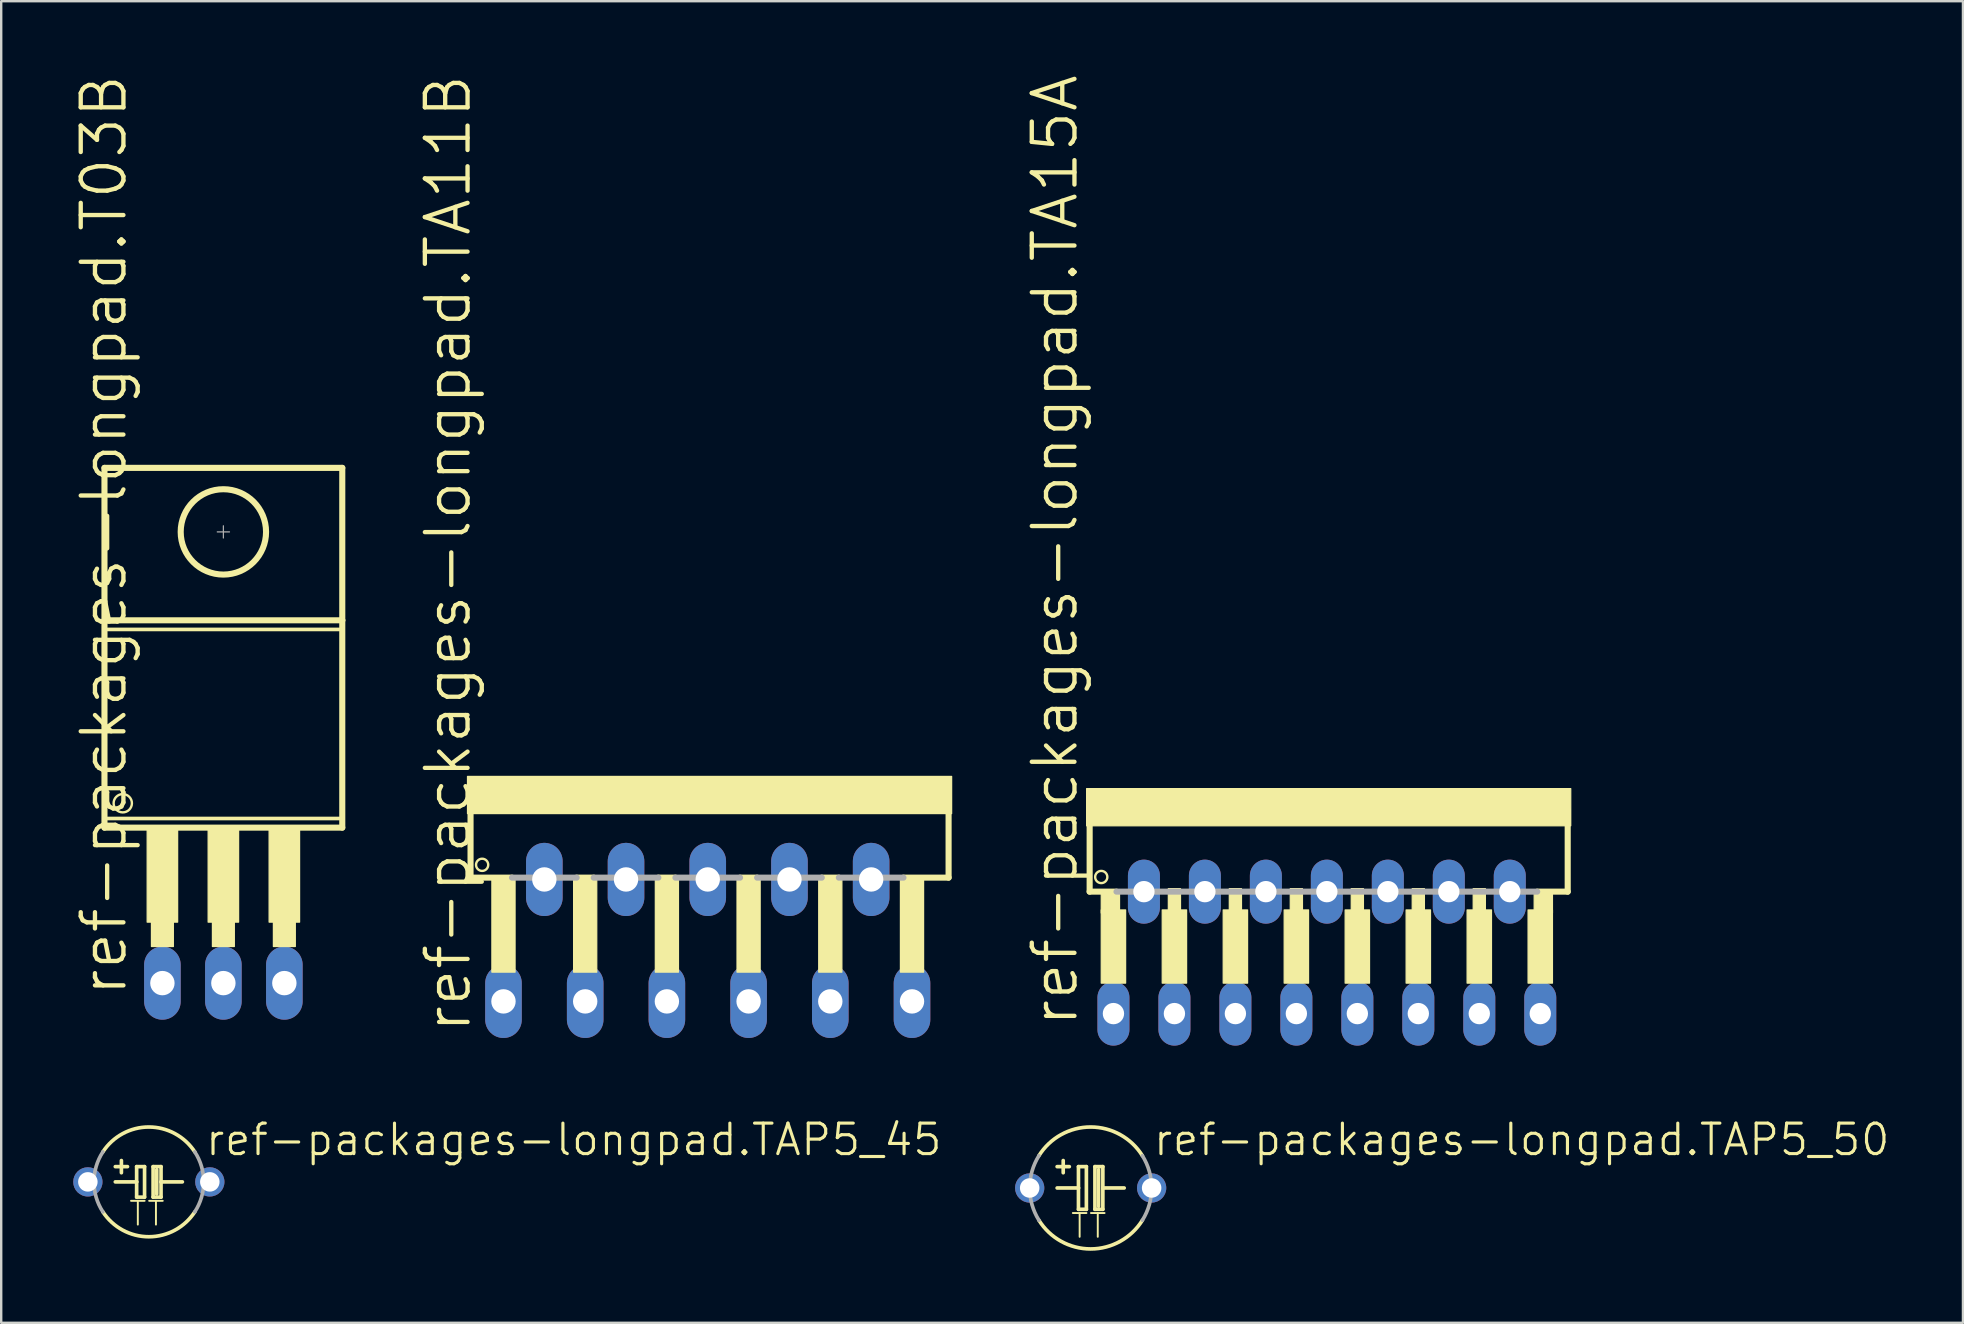
<source format=kicad_pcb>
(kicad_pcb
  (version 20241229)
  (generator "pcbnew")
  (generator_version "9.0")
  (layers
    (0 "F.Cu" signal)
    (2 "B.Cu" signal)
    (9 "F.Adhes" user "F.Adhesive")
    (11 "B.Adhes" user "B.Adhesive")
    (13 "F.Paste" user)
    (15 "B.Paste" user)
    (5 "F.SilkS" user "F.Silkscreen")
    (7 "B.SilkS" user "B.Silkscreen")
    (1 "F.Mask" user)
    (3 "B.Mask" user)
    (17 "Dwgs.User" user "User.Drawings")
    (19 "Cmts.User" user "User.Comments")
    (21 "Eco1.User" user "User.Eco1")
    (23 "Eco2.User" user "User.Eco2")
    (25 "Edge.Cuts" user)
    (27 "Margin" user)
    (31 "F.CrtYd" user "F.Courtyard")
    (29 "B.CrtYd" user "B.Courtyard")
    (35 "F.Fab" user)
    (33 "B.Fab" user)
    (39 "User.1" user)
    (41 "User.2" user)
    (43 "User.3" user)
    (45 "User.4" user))
  (footprint "ref-packages-longpad.TAP5_50"
    (layer "F.Cu")
    (at 42.383 46.437)
    (property "Reference" "ref-packages-longpad.TAP5_50" (at 2.54 -1.27 0) (layer "F.SilkS") (effects (font (size 1.27 1.27) (thickness 0.13)) (justify left bottom)))
    (attr through_hole)
    (fp_line (start -1.397 0) (end -0.508 0) (stroke (width 0.152) (type default)) (layer "F.SilkS"))
    (fp_line (start -1.143 -0.635) (end -1.143 -1.143) (stroke (width 0.152) (type default)) (layer "F.SilkS"))
    (fp_line (start -0.889 -0.889) (end -1.397 -0.889) (stroke (width 0.152) (type default)) (layer "F.SilkS"))
    (fp_line (start -0.508 -0.889) (end -0.508 0) (stroke (width 0.152) (type default)) (layer "F.SilkS"))
    (fp_line (start -0.508 0) (end -0.508 0.889) (stroke (width 0.152) (type default)) (layer "F.SilkS"))
    (fp_line (start -0.508 0.889) (end -0.178 0.889) (stroke (width 0.152) (type default)) (layer "F.SilkS"))
    (fp_line (start -0.178 -0.889) (end -0.508 -0.889) (stroke (width 0.152) (type default)) (layer "F.SilkS"))
    (fp_line (start -0.178 0.889) (end -0.178 -0.889) (stroke (width 0.152) (type default)) (layer "F.SilkS"))
    (fp_line (start 0.178 -0.889) (end 0.178 0.889) (stroke (width 0.152) (type default)) (layer "F.SilkS"))
    (fp_line (start 0.178 0.889) (end 0.508 0.889) (stroke (width 0.152) (type default)) (layer "F.SilkS"))
    (fp_line (start 0.33 0.762) (end 0.33 -0.762) (stroke (width 0.152) (type default)) (layer "F.SilkS"))
    (fp_line (start 0.508 -0.889) (end 0.178 -0.889) (stroke (width 0.152) (type default)) (layer "F.SilkS"))
    (fp_line (start 0.508 0) (end 0.508 -0.889) (stroke (width 0.152) (type default)) (layer "F.SilkS"))
    (fp_line (start 0.508 0) (end 1.397 0) (stroke (width 0.152) (type default)) (layer "F.SilkS"))
    (fp_line (start 0.508 0.889) (end 0.508 0) (stroke (width 0.152) (type default)) (layer "F.SilkS"))
    (fp_arc (start -2.1557 -1.3432) (mid 0 -2.539927) (end 2.1557 -1.3432) (stroke (width 0.1524) (type default)) (layer "F.SilkS"))
    (fp_arc (start 2.1557 1.3432) (mid 0 2.539927) (end -2.1557 1.3432) (stroke (width 0.1524) (type default)) (layer "F.SilkS"))
    (fp_arc (start -2.1557 1.3432) (mid -2.539927 0) (end -2.1557 -1.3432) (stroke (width 0.1524) (type default)) (layer "F.Fab"))
    (fp_arc (start 2.1557 -1.3432) (mid 2.539927 0) (end 2.1557 1.3432) (stroke (width 0.1524) (type default)) (layer "F.Fab"))
    (fp_text user "TT" (at -0.889 2.159 0) (layer "F.SilkS") (effects (font (size 0.991 0.991) (thickness 0.08)) (justify left bottom)))
    (pad "+" thru_hole circle (at -2.54 0) (size 1.219 1.219) (drill 0.813) (layers "*.Cu" "*.Mask"))
    (pad "-" thru_hole circle (at 2.54 0) (size 1.219 1.219) (drill 0.813) (layers "*.Cu" "*.Mask")))
  (footprint "ref-packages-longpad.T03B"
    (layer "F.Cu")
    (at 6.255 26.473)
    (property "Reference" "ref-packages-longpad.T03B" (at -3.937 12.065 90) (layer "F.SilkS") (effects (font (size 1.778 1.778) (thickness 0.18)) (justify left bottom)))
    (attr through_hole)
    (fp_line (start -4.953 -10.033) (end 4.953 -10.033) (stroke (width 0.254) (type default)) (layer "F.SilkS"))
    (fp_line (start -4.953 -3.683) (end -4.953 -10.033) (stroke (width 0.254) (type default)) (layer "F.SilkS"))
    (fp_line (start -4.953 -3.683) (end 4.953 -3.683) (stroke (width 0.254) (type default)) (layer "F.SilkS"))
    (fp_line (start -4.953 4.953) (end -4.953 -3.683) (stroke (width 0.254) (type default)) (layer "F.SilkS"))
    (fp_line (start -4.826 -3.302) (end 4.826 -3.302) (stroke (width 0.152) (type default)) (layer "F.SilkS"))
    (fp_line (start -4.826 4.572) (end 4.826 4.572) (stroke (width 0.152) (type default)) (layer "F.SilkS"))
    (fp_line (start 4.953 -10.033) (end 4.953 -3.683) (stroke (width 0.254) (type default)) (layer "F.SilkS"))
    (fp_line (start 4.953 -3.683) (end 4.953 4.953) (stroke (width 0.254) (type default)) (layer "F.SilkS"))
    (fp_line (start 4.953 4.953) (end -4.953 4.953) (stroke (width 0.254) (type default)) (layer "F.SilkS"))
    (fp_rect (start -3.175 8.89) (end -1.905 5.029) (stroke (width 0.05) (type default)) (fill yes) (layer "F.SilkS"))
    (fp_rect (start -2.997 9.906) (end -2.083 8.839) (stroke (width 0.05) (type default)) (fill yes) (layer "F.SilkS"))
    (fp_rect (start -0.635 8.89) (end 0.635 5.029) (stroke (width 0.05) (type default)) (fill yes) (layer "F.SilkS"))
    (fp_rect (start -0.457 9.906) (end 0.457 8.839) (stroke (width 0.05) (type default)) (fill yes) (layer "F.SilkS"))
    (fp_rect (start 1.905 8.89) (end 3.175 5.029) (stroke (width 0.05) (type default)) (fill yes) (layer "F.SilkS"))
    (fp_rect (start 2.083 9.906) (end 2.997 8.839) (stroke (width 0.05) (type default)) (fill yes) (layer "F.SilkS"))
    (fp_circle (center -4.191 3.937) (end -3.81 3.937) (stroke (width 0.1) (type default)) (fill no) (layer "F.SilkS"))
    (fp_circle (center 0 -7.366) (end 1.778 -7.366) (stroke (width 0.254) (type default)) (fill no) (layer "F.SilkS"))
    (fp_line (start -0.254 -7.366) (end 0.254 -7.366) (stroke (width 0.051) (type default)) (layer "F.Fab"))
    (fp_line (start 0 -7.62) (end 0 -7.112) (stroke (width 0.051) (type default)) (layer "F.Fab"))
    (pad "1" thru_hole oval (at -2.54 11.43 90) (size 3.048 1.524) (drill 1.016) (layers "*.Cu" "*.Mask"))
    (pad "2" thru_hole oval (at 0 11.43 90) (size 3.048 1.524) (drill 1.016) (layers "*.Cu" "*.Mask"))
    (pad "3" thru_hole oval (at 2.54 11.43 90) (size 3.048 1.524) (drill 1.016) (layers "*.Cu" "*.Mask")))
  (footprint "ref-packages-longpad.TA15A"
    (layer "F.Cu")
    (at 52.222 32.823)
    (property "Reference" "ref-packages-longpad.TA15A" (at -10.287 6.985 90) (layer "F.SilkS") (effects (font (size 1.778 1.778) (thickness 0.18)) (justify left bottom)))
    (attr through_hole)
    (fp_line (start -9.881 -1.549) (end -9.881 1.27) (stroke (width 0.254) (type default)) (layer "F.SilkS"))
    (fp_line (start -8.763 1.27) (end -9.881 1.27) (stroke (width 0.254) (type default)) (layer "F.SilkS"))
    (fp_line (start 8.763 1.27) (end 10.033 1.27) (stroke (width 0.254) (type default)) (layer "F.SilkS"))
    (fp_line (start 10.033 1.27) (end 10.033 -2.134) (stroke (width 0.254) (type default)) (layer "F.SilkS"))
    (fp_rect (start -10.008 -1.473) (end 10.16 -3.023) (stroke (width 0.05) (type default)) (fill yes) (layer "F.SilkS"))
    (fp_rect (start -9.398 2.159) (end -8.636 1.27) (stroke (width 0.05) (type default)) (fill yes) (layer "F.SilkS"))
    (fp_rect (start -9.398 5.08) (end -8.382 2.032) (stroke (width 0.05) (type default)) (fill yes) (layer "F.SilkS"))
    (fp_rect (start -6.858 5.08) (end -5.842 2.032) (stroke (width 0.05) (type default)) (fill yes) (layer "F.SilkS"))
    (fp_rect (start -6.604 2.286) (end -6.096 1.143) (stroke (width 0.05) (type default)) (fill yes) (layer "F.SilkS"))
    (fp_rect (start -4.318 5.08) (end -3.302 2.032) (stroke (width 0.05) (type default)) (fill yes) (layer "F.SilkS"))
    (fp_rect (start -4.064 2.286) (end -3.556 1.143) (stroke (width 0.05) (type default)) (fill yes) (layer "F.SilkS"))
    (fp_rect (start -1.778 5.08) (end -0.762 2.032) (stroke (width 0.05) (type default)) (fill yes) (layer "F.SilkS"))
    (fp_rect (start -1.524 2.286) (end -1.016 1.143) (stroke (width 0.05) (type default)) (fill yes) (layer "F.SilkS"))
    (fp_rect (start 0.762 5.08) (end 1.778 2.032) (stroke (width 0.05) (type default)) (fill yes) (layer "F.SilkS"))
    (fp_rect (start 1.016 2.286) (end 1.524 1.143) (stroke (width 0.05) (type default)) (fill yes) (layer "F.SilkS"))
    (fp_rect (start 3.302 5.08) (end 4.318 2.032) (stroke (width 0.05) (type default)) (fill yes) (layer "F.SilkS"))
    (fp_rect (start 3.556 2.286) (end 4.064 1.143) (stroke (width 0.05) (type default)) (fill yes) (layer "F.SilkS"))
    (fp_rect (start 5.842 5.08) (end 6.858 2.032) (stroke (width 0.05) (type default)) (fill yes) (layer "F.SilkS"))
    (fp_rect (start 6.096 2.286) (end 6.604 1.143) (stroke (width 0.05) (type default)) (fill yes) (layer "F.SilkS"))
    (fp_rect (start 8.382 5.08) (end 9.398 2.032) (stroke (width 0.05) (type default)) (fill yes) (layer "F.SilkS"))
    (fp_rect (start 8.636 2.159) (end 9.398 1.27) (stroke (width 0.05) (type default)) (fill yes) (layer "F.SilkS"))
    (fp_circle (center -9.398 0.66) (end -9.144 0.66) (stroke (width 0.1) (type default)) (fill no) (layer "F.SilkS"))
    (fp_line (start -8.763 1.27) (end 8.763 1.27) (stroke (width 0.254) (type default)) (layer "F.Fab"))
    (pad "1" thru_hole oval (at -8.89 6.35 90) (size 2.667 1.333) (drill 0.889) (layers "*.Cu" "*.Mask"))
    (pad "2" thru_hole oval (at -7.62 1.27 90) (size 2.667 1.333) (drill 0.889) (layers "*.Cu" "*.Mask"))
    (pad "3" thru_hole oval (at -6.35 6.35 90) (size 2.667 1.333) (drill 0.889) (layers "*.Cu" "*.Mask"))
    (pad "4" thru_hole oval (at -5.08 1.27 90) (size 2.667 1.333) (drill 0.889) (layers "*.Cu" "*.Mask"))
    (pad "5" thru_hole oval (at -3.81 6.35 90) (size 2.667 1.333) (drill 0.889) (layers "*.Cu" "*.Mask"))
    (pad "6" thru_hole oval (at -2.54 1.27 90) (size 2.667 1.333) (drill 0.889) (layers "*.Cu" "*.Mask"))
    (pad "7" thru_hole oval (at -1.27 6.35 90) (size 2.667 1.333) (drill 0.889) (layers "*.Cu" "*.Mask"))
    (pad "8" thru_hole oval (at 0 1.27 90) (size 2.667 1.333) (drill 0.889) (layers "*.Cu" "*.Mask"))
    (pad "9" thru_hole oval (at 1.27 6.35 90) (size 2.667 1.333) (drill 0.889) (layers "*.Cu" "*.Mask"))
    (pad "10" thru_hole oval (at 2.54 1.27 90) (size 2.667 1.333) (drill 0.889) (layers "*.Cu" "*.Mask"))
    (pad "11" thru_hole oval (at 3.81 6.35 90) (size 2.667 1.333) (drill 0.889) (layers "*.Cu" "*.Mask"))
    (pad "12" thru_hole oval (at 5.08 1.27 90) (size 2.667 1.333) (drill 0.889) (layers "*.Cu" "*.Mask"))
    (pad "13" thru_hole oval (at 6.35 6.35 90) (size 2.667 1.333) (drill 0.889) (layers "*.Cu" "*.Mask"))
    (pad "14" thru_hole oval (at 7.62 1.27 90) (size 2.667 1.333) (drill 0.889) (layers "*.Cu" "*.Mask"))
    (pad "15" thru_hole oval (at 8.89 6.35 90) (size 2.667 1.333) (drill 0.889) (layers "*.Cu" "*.Mask")))
  (footprint "ref-packages-longpad.TA11B"
    (layer "F.Cu")
    (at 26.432 31.045)
    (property "Reference" "ref-packages-longpad.TA11B" (at -9.779 9.017 90) (layer "F.SilkS") (effects (font (size 1.778 1.778) (thickness 0.18)) (justify left bottom)))
    (attr through_hole)
    (fp_line (start -9.881 -0.279) (end -9.881 2.464) (stroke (width 0.254) (type default)) (layer "F.SilkS"))
    (fp_line (start -9.881 2.464) (end -8.153 2.464) (stroke (width 0.254) (type default)) (layer "F.SilkS"))
    (fp_line (start -5.461 2.464) (end -4.75 2.464) (stroke (width 0.254) (type default)) (layer "F.SilkS"))
    (fp_line (start -2.057 2.464) (end -1.346 2.464) (stroke (width 0.254) (type default)) (layer "F.SilkS"))
    (fp_line (start 1.346 2.464) (end 2.057 2.464) (stroke (width 0.254) (type default)) (layer "F.SilkS"))
    (fp_line (start 4.75 2.464) (end 5.461 2.464) (stroke (width 0.254) (type default)) (layer "F.SilkS"))
    (fp_line (start 8.153 2.464) (end 10.033 2.464) (stroke (width 0.254) (type default)) (layer "F.SilkS"))
    (fp_line (start 10.033 2.464) (end 10.033 -0.864) (stroke (width 0.254) (type default)) (layer "F.SilkS"))
    (fp_rect (start -10.008 -0.203) (end 10.16 -1.753) (stroke (width 0.05) (type default)) (fill yes) (layer "F.SilkS"))
    (fp_rect (start -8.992 6.401) (end -8.026 2.54) (stroke (width 0.05) (type default)) (fill yes) (layer "F.SilkS"))
    (fp_rect (start -5.588 6.401) (end -4.623 2.54) (stroke (width 0.05) (type default)) (fill yes) (layer "F.SilkS"))
    (fp_rect (start -2.184 6.401) (end -1.219 2.54) (stroke (width 0.05) (type default)) (fill yes) (layer "F.SilkS"))
    (fp_rect (start 1.219 6.401) (end 2.184 2.54) (stroke (width 0.05) (type default)) (fill yes) (layer "F.SilkS"))
    (fp_rect (start 4.623 6.401) (end 5.588 2.54) (stroke (width 0.05) (type default)) (fill yes) (layer "F.SilkS"))
    (fp_rect (start 8.026 6.401) (end 8.992 2.54) (stroke (width 0.05) (type default)) (fill yes) (layer "F.SilkS"))
    (fp_circle (center -9.398 1.93) (end -9.144 1.93) (stroke (width 0.1) (type default)) (fill no) (layer "F.SilkS"))
    (fp_line (start -8.153 2.464) (end -5.461 2.464) (stroke (width 0.254) (type default)) (layer "F.Fab"))
    (fp_line (start -4.75 2.464) (end -2.057 2.464) (stroke (width 0.254) (type default)) (layer "F.Fab"))
    (fp_line (start -1.346 2.464) (end 1.346 2.464) (stroke (width 0.254) (type default)) (layer "F.Fab"))
    (fp_line (start 2.057 2.464) (end 4.75 2.464) (stroke (width 0.254) (type default)) (layer "F.Fab"))
    (fp_line (start 5.461 2.464) (end 8.153 2.464) (stroke (width 0.254) (type default)) (layer "F.Fab"))
    (pad "1" thru_hole oval (at -8.509 7.62 90) (size 3.048 1.524) (drill 1.016) (layers "*.Cu" "*.Mask"))
    (pad "2" thru_hole oval (at -6.807 2.54 90) (size 3.048 1.524) (drill 1.016) (layers "*.Cu" "*.Mask"))
    (pad "3" thru_hole oval (at -5.105 7.62 90) (size 3.048 1.524) (drill 1.016) (layers "*.Cu" "*.Mask"))
    (pad "4" thru_hole oval (at -3.404 2.54 90) (size 3.048 1.524) (drill 1.016) (layers "*.Cu" "*.Mask"))
    (pad "5" thru_hole oval (at -1.702 7.62 90) (size 3.048 1.524) (drill 1.016) (layers "*.Cu" "*.Mask"))
    (pad "6" thru_hole oval (at 0 2.54 90) (size 3.048 1.524) (drill 1.016) (layers "*.Cu" "*.Mask"))
    (pad "7" thru_hole oval (at 1.702 7.62 90) (size 3.048 1.524) (drill 1.016) (layers "*.Cu" "*.Mask"))
    (pad "8" thru_hole oval (at 3.404 2.54 90) (size 3.048 1.524) (drill 1.016) (layers "*.Cu" "*.Mask"))
    (pad "9" thru_hole oval (at 5.105 7.62 90) (size 3.048 1.524) (drill 1.016) (layers "*.Cu" "*.Mask"))
    (pad "10" thru_hole oval (at 6.807 2.54 90) (size 3.048 1.524) (drill 1.016) (layers "*.Cu" "*.Mask"))
    (pad "11" thru_hole oval (at 8.509 7.62 90) (size 3.048 1.524) (drill 1.016) (layers "*.Cu" "*.Mask")))
  (footprint "ref-packages-longpad.TAP5_45"
    (layer "F.Cu")
    (at 3.15 46.183)
    (property "Reference" "ref-packages-longpad.TAP5_45" (at 2.286 -1.016 0) (layer "F.SilkS") (effects (font (size 1.27 1.27) (thickness 0.13)) (justify left bottom)))
    (attr through_hole)
    (fp_line (start -1.397 0) (end -0.508 0) (stroke (width 0.152) (type default)) (layer "F.SilkS"))
    (fp_line (start -1.143 -0.381) (end -1.143 -0.889) (stroke (width 0.152) (type default)) (layer "F.SilkS"))
    (fp_line (start -0.889 -0.635) (end -1.397 -0.635) (stroke (width 0.152) (type default)) (layer "F.SilkS"))
    (fp_line (start -0.508 -0.635) (end -0.508 0) (stroke (width 0.152) (type default)) (layer "F.SilkS"))
    (fp_line (start -0.508 0) (end -0.508 0.635) (stroke (width 0.152) (type default)) (layer "F.SilkS"))
    (fp_line (start -0.508 0.635) (end -0.178 0.635) (stroke (width 0.152) (type default)) (layer "F.SilkS"))
    (fp_line (start -0.178 -0.635) (end -0.508 -0.635) (stroke (width 0.152) (type default)) (layer "F.SilkS"))
    (fp_line (start -0.178 0.635) (end -0.178 -0.635) (stroke (width 0.152) (type default)) (layer "F.SilkS"))
    (fp_line (start 0.178 -0.635) (end 0.178 0.635) (stroke (width 0.152) (type default)) (layer "F.SilkS"))
    (fp_line (start 0.178 0.635) (end 0.508 0.635) (stroke (width 0.152) (type default)) (layer "F.SilkS"))
    (fp_line (start 0.33 0.508) (end 0.33 -0.508) (stroke (width 0.152) (type default)) (layer "F.SilkS"))
    (fp_line (start 0.508 -0.635) (end 0.178 -0.635) (stroke (width 0.152) (type default)) (layer "F.SilkS"))
    (fp_line (start 0.508 0) (end 0.508 -0.635) (stroke (width 0.152) (type default)) (layer "F.SilkS"))
    (fp_line (start 0.508 0) (end 1.397 0) (stroke (width 0.152) (type default)) (layer "F.SilkS"))
    (fp_line (start 0.508 0.635) (end 0.508 0) (stroke (width 0.152) (type default)) (layer "F.SilkS"))
    (fp_arc (start -1.9144 -1.2492) (mid 0 -2.28592) (end 1.9144 -1.2492) (stroke (width 0.1524) (type default)) (layer "F.SilkS"))
    (fp_arc (start 1.9144 1.2492) (mid 0 2.28592) (end -1.9144 1.2492) (stroke (width 0.1524) (type default)) (layer "F.SilkS"))
    (fp_arc (start -1.9144 1.2492) (mid -2.28592 0) (end -1.9144 -1.2492) (stroke (width 0.1524) (type default)) (layer "F.Fab"))
    (fp_arc (start 1.9144 -1.2492) (mid 2.28592 0) (end 1.9144 1.2492) (stroke (width 0.1524) (type default)) (layer "F.Fab"))
    (fp_text user "TT" (at -0.889 1.905 0) (layer "F.SilkS") (effects (font (size 0.991 0.991) (thickness 0.08)) (justify left bottom)))
    (pad "+" thru_hole circle (at -2.54 0) (size 1.219 1.219) (drill 0.813) (layers "*.Cu" "*.Mask"))
    (pad "-" thru_hole circle (at 2.54 0) (size 1.219 1.219) (drill 0.813) (layers "*.Cu" "*.Mask")))
  (gr_rect
    (start -3 -3)
    (end 78.72 52.053)
    (stroke (width 0.1) (type default))
    (fill no)
    (layer "Edge.Cuts")))
</source>
